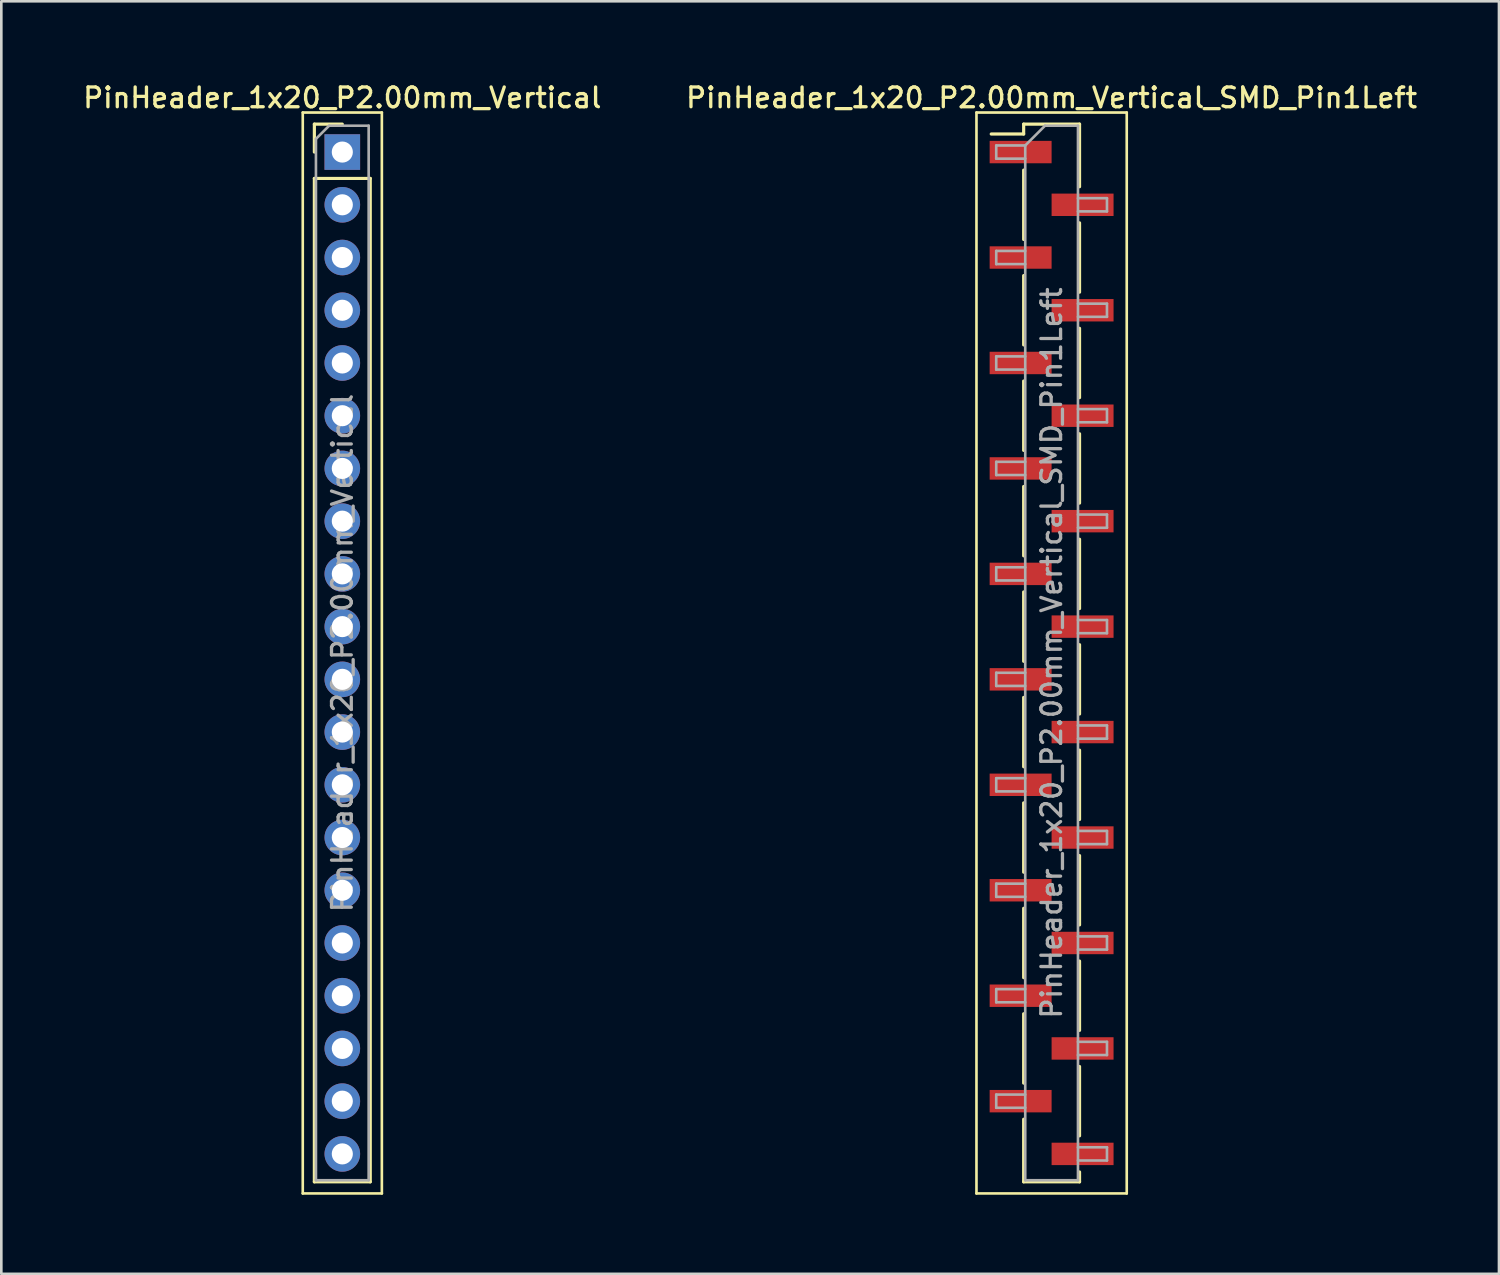
<source format=kicad_pcb>
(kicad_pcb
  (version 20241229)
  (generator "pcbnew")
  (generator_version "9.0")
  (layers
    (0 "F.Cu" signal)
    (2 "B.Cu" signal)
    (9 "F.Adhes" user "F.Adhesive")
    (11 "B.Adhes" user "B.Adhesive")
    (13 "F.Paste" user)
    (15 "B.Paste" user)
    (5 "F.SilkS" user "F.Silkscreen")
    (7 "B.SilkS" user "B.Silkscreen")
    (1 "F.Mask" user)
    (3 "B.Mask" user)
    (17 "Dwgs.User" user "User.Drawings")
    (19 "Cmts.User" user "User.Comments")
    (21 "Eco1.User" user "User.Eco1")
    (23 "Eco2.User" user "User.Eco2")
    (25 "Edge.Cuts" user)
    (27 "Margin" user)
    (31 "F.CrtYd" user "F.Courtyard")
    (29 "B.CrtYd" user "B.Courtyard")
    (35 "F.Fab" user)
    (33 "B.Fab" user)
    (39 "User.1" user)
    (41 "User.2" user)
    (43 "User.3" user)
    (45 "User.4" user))
  (footprint "PinHeader_1x20_P2.00mm_Vertical"
    (layer "F.Cu")
    (at 9.934 2.718)
    (property "Reference" "PinHeader_1x20_P2.00mm_Vertical" (at 0 -2.06 0) (layer "F.SilkS") (effects (font (size 0.75 0.75) (thickness 0.125))))
    (attr through_hole)
    (fp_line (start -1.5 -1.5) (end -1.5 39.5) (stroke (width 0.1) (type solid)) (layer "F.SilkS"))
    (fp_line (start -1.5 39.5) (end 1.5 39.5) (stroke (width 0.1) (type solid)) (layer "F.SilkS"))
    (fp_line (start -1.06 -1.06) (end 0 -1.06) (stroke (width 0.12) (type solid)) (layer "F.SilkS"))
    (fp_line (start -1.06 0) (end -1.06 -1.06) (stroke (width 0.12) (type solid)) (layer "F.SilkS"))
    (fp_line (start -1.06 1) (end -1.06 39.06) (stroke (width 0.12) (type solid)) (layer "F.SilkS"))
    (fp_line (start -1.06 1) (end 1.06 1) (stroke (width 0.12) (type solid)) (layer "F.SilkS"))
    (fp_line (start -1.06 39.06) (end 1.06 39.06) (stroke (width 0.12) (type solid)) (layer "F.SilkS"))
    (fp_line (start 1.06 1) (end 1.06 39.06) (stroke (width 0.12) (type solid)) (layer "F.SilkS"))
    (fp_line (start 1.5 -1.5) (end -1.5 -1.5) (stroke (width 0.1) (type solid)) (layer "F.SilkS"))
    (fp_line (start 1.5 39.5) (end 1.5 -1.5) (stroke (width 0.1) (type solid)) (layer "F.SilkS"))
    (fp_line (start -1 -0.5) (end -0.5 -1) (stroke (width 0.1) (type solid)) (layer "F.Fab"))
    (fp_line (start -1 39) (end -1 -0.5) (stroke (width 0.1) (type solid)) (layer "F.Fab"))
    (fp_line (start -0.5 -1) (end 1 -1) (stroke (width 0.1) (type solid)) (layer "F.Fab"))
    (fp_line (start 1 -1) (end 1 39) (stroke (width 0.1) (type solid)) (layer "F.Fab"))
    (fp_line (start 1 39) (end -1 39) (stroke (width 0.1) (type solid)) (layer "F.Fab"))
    (fp_text user "${REFERENCE}" (at 0 19 90) (layer "F.Fab") (effects (font (size 0.75 0.75) (thickness 0.125))))
    (pad "1" thru_hole rect (at 0 0) (size 1.35 1.35) (drill 0.8) (layers "*.Cu" "*.Mask"))
    (pad "2" thru_hole oval (at 0 2) (size 1.35 1.35) (drill 0.8) (layers "*.Cu" "*.Mask"))
    (pad "3" thru_hole oval (at 0 4) (size 1.35 1.35) (drill 0.8) (layers "*.Cu" "*.Mask"))
    (pad "4" thru_hole oval (at 0 6) (size 1.35 1.35) (drill 0.8) (layers "*.Cu" "*.Mask"))
    (pad "5" thru_hole oval (at 0 8) (size 1.35 1.35) (drill 0.8) (layers "*.Cu" "*.Mask"))
    (pad "6" thru_hole oval (at 0 10) (size 1.35 1.35) (drill 0.8) (layers "*.Cu" "*.Mask"))
    (pad "7" thru_hole oval (at 0 12) (size 1.35 1.35) (drill 0.8) (layers "*.Cu" "*.Mask"))
    (pad "8" thru_hole oval (at 0 14) (size 1.35 1.35) (drill 0.8) (layers "*.Cu" "*.Mask"))
    (pad "9" thru_hole oval (at 0 16) (size 1.35 1.35) (drill 0.8) (layers "*.Cu" "*.Mask"))
    (pad "10" thru_hole oval (at 0 18) (size 1.35 1.35) (drill 0.8) (layers "*.Cu" "*.Mask"))
    (pad "11" thru_hole oval (at 0 20) (size 1.35 1.35) (drill 0.8) (layers "*.Cu" "*.Mask"))
    (pad "12" thru_hole oval (at 0 22) (size 1.35 1.35) (drill 0.8) (layers "*.Cu" "*.Mask"))
    (pad "13" thru_hole oval (at 0 24) (size 1.35 1.35) (drill 0.8) (layers "*.Cu" "*.Mask"))
    (pad "14" thru_hole oval (at 0 26) (size 1.35 1.35) (drill 0.8) (layers "*.Cu" "*.Mask"))
    (pad "15" thru_hole oval (at 0 28) (size 1.35 1.35) (drill 0.8) (layers "*.Cu" "*.Mask"))
    (pad "16" thru_hole oval (at 0 30) (size 1.35 1.35) (drill 0.8) (layers "*.Cu" "*.Mask"))
    (pad "17" thru_hole oval (at 0 32) (size 1.35 1.35) (drill 0.8) (layers "*.Cu" "*.Mask"))
    (pad "18" thru_hole oval (at 0 34) (size 1.35 1.35) (drill 0.8) (layers "*.Cu" "*.Mask"))
    (pad "19" thru_hole oval (at 0 36) (size 1.35 1.35) (drill 0.8) (layers "*.Cu" "*.Mask"))
    (pad "20" thru_hole oval (at 0 38) (size 1.35 1.35) (drill 0.8) (layers "*.Cu" "*.Mask")))
  (footprint "PinHeader_1x20_P2.00mm_Vertical_SMD_Pin1Left"
    (layer "F.Cu")
    (at 36.838 21.718)
    (property "Reference" "PinHeader_1x20_P2.00mm_Vertical_SMD_Pin1Left" (at 0 -21.06 0) (layer "F.SilkS") (effects (font (size 0.75 0.75) (thickness 0.125))))
    (attr smd)
    (fp_line (start -2.85 -20.5) (end -2.85 20.5) (stroke (width 0.1) (type solid)) (layer "F.SilkS"))
    (fp_line (start -2.85 20.5) (end 2.85 20.5) (stroke (width 0.1) (type solid)) (layer "F.SilkS"))
    (fp_line (start -1.06 -20.06) (end -1.06 -19.685) (stroke (width 0.12) (type solid)) (layer "F.SilkS"))
    (fp_line (start -1.06 -20.06) (end 1.06 -20.06) (stroke (width 0.12) (type solid)) (layer "F.SilkS"))
    (fp_line (start -1.06 -19.685) (end -2.29 -19.685) (stroke (width 0.12) (type solid)) (layer "F.SilkS"))
    (fp_line (start -1.06 -18.315) (end -1.06 -15.685) (stroke (width 0.12) (type solid)) (layer "F.SilkS"))
    (fp_line (start -1.06 -14.315) (end -1.06 -11.685) (stroke (width 0.12) (type solid)) (layer "F.SilkS"))
    (fp_line (start -1.06 -10.315) (end -1.06 -7.685) (stroke (width 0.12) (type solid)) (layer "F.SilkS"))
    (fp_line (start -1.06 -6.315) (end -1.06 -3.685) (stroke (width 0.12) (type solid)) (layer "F.SilkS"))
    (fp_line (start -1.06 -2.315) (end -1.06 0.315) (stroke (width 0.12) (type solid)) (layer "F.SilkS"))
    (fp_line (start -1.06 1.685) (end -1.06 4.315) (stroke (width 0.12) (type solid)) (layer "F.SilkS"))
    (fp_line (start -1.06 5.685) (end -1.06 8.315) (stroke (width 0.12) (type solid)) (layer "F.SilkS"))
    (fp_line (start -1.06 9.685) (end -1.06 12.315) (stroke (width 0.12) (type solid)) (layer "F.SilkS"))
    (fp_line (start -1.06 13.685) (end -1.06 16.315) (stroke (width 0.12) (type solid)) (layer "F.SilkS"))
    (fp_line (start -1.06 17.685) (end -1.06 20.06) (stroke (width 0.12) (type solid)) (layer "F.SilkS"))
    (fp_line (start -1.06 20.06) (end 1.06 20.06) (stroke (width 0.12) (type solid)) (layer "F.SilkS"))
    (fp_line (start 1.06 -20.06) (end 1.06 -17.685) (stroke (width 0.12) (type solid)) (layer "F.SilkS"))
    (fp_line (start 1.06 -16.315) (end 1.06 -13.685) (stroke (width 0.12) (type solid)) (layer "F.SilkS"))
    (fp_line (start 1.06 -12.315) (end 1.06 -9.685) (stroke (width 0.12) (type solid)) (layer "F.SilkS"))
    (fp_line (start 1.06 -8.315) (end 1.06 -5.685) (stroke (width 0.12) (type solid)) (layer "F.SilkS"))
    (fp_line (start 1.06 -4.315) (end 1.06 -1.685) (stroke (width 0.12) (type solid)) (layer "F.SilkS"))
    (fp_line (start 1.06 -0.315) (end 1.06 2.315) (stroke (width 0.12) (type solid)) (layer "F.SilkS"))
    (fp_line (start 1.06 3.685) (end 1.06 6.315) (stroke (width 0.12) (type solid)) (layer "F.SilkS"))
    (fp_line (start 1.06 7.685) (end 1.06 10.315) (stroke (width 0.12) (type solid)) (layer "F.SilkS"))
    (fp_line (start 1.06 11.685) (end 1.06 14.315) (stroke (width 0.12) (type solid)) (layer "F.SilkS"))
    (fp_line (start 1.06 15.685) (end 1.06 18.315) (stroke (width 0.12) (type solid)) (layer "F.SilkS"))
    (fp_line (start 1.06 19.685) (end 1.06 20.06) (stroke (width 0.12) (type solid)) (layer "F.SilkS"))
    (fp_line (start 2.85 -20.5) (end -2.85 -20.5) (stroke (width 0.1) (type solid)) (layer "F.SilkS"))
    (fp_line (start 2.85 20.5) (end 2.85 -20.5) (stroke (width 0.1) (type solid)) (layer "F.SilkS"))
    (fp_line (start -2.1 -19.25) (end -2.1 -18.75) (stroke (width 0.1) (type solid)) (layer "F.Fab"))
    (fp_line (start -2.1 -18.75) (end -1 -18.75) (stroke (width 0.1) (type solid)) (layer "F.Fab"))
    (fp_line (start -2.1 -15.25) (end -2.1 -14.75) (stroke (width 0.1) (type solid)) (layer "F.Fab"))
    (fp_line (start -2.1 -14.75) (end -1 -14.75) (stroke (width 0.1) (type solid)) (layer "F.Fab"))
    (fp_line (start -2.1 -11.25) (end -2.1 -10.75) (stroke (width 0.1) (type solid)) (layer "F.Fab"))
    (fp_line (start -2.1 -10.75) (end -1 -10.75) (stroke (width 0.1) (type solid)) (layer "F.Fab"))
    (fp_line (start -2.1 -7.25) (end -2.1 -6.75) (stroke (width 0.1) (type solid)) (layer "F.Fab"))
    (fp_line (start -2.1 -6.75) (end -1 -6.75) (stroke (width 0.1) (type solid)) (layer "F.Fab"))
    (fp_line (start -2.1 -3.25) (end -2.1 -2.75) (stroke (width 0.1) (type solid)) (layer "F.Fab"))
    (fp_line (start -2.1 -2.75) (end -1 -2.75) (stroke (width 0.1) (type solid)) (layer "F.Fab"))
    (fp_line (start -2.1 0.75) (end -2.1 1.25) (stroke (width 0.1) (type solid)) (layer "F.Fab"))
    (fp_line (start -2.1 1.25) (end -1 1.25) (stroke (width 0.1) (type solid)) (layer "F.Fab"))
    (fp_line (start -2.1 4.75) (end -2.1 5.25) (stroke (width 0.1) (type solid)) (layer "F.Fab"))
    (fp_line (start -2.1 5.25) (end -1 5.25) (stroke (width 0.1) (type solid)) (layer "F.Fab"))
    (fp_line (start -2.1 8.75) (end -2.1 9.25) (stroke (width 0.1) (type solid)) (layer "F.Fab"))
    (fp_line (start -2.1 9.25) (end -1 9.25) (stroke (width 0.1) (type solid)) (layer "F.Fab"))
    (fp_line (start -2.1 12.75) (end -2.1 13.25) (stroke (width 0.1) (type solid)) (layer "F.Fab"))
    (fp_line (start -2.1 13.25) (end -1 13.25) (stroke (width 0.1) (type solid)) (layer "F.Fab"))
    (fp_line (start -2.1 16.75) (end -2.1 17.25) (stroke (width 0.1) (type solid)) (layer "F.Fab"))
    (fp_line (start -2.1 17.25) (end -1 17.25) (stroke (width 0.1) (type solid)) (layer "F.Fab"))
    (fp_line (start -1 -19.25) (end -2.1 -19.25) (stroke (width 0.1) (type solid)) (layer "F.Fab"))
    (fp_line (start -1 -19.25) (end -0.25 -20) (stroke (width 0.1) (type solid)) (layer "F.Fab"))
    (fp_line (start -1 -15.25) (end -2.1 -15.25) (stroke (width 0.1) (type solid)) (layer "F.Fab"))
    (fp_line (start -1 -11.25) (end -2.1 -11.25) (stroke (width 0.1) (type solid)) (layer "F.Fab"))
    (fp_line (start -1 -7.25) (end -2.1 -7.25) (stroke (width 0.1) (type solid)) (layer "F.Fab"))
    (fp_line (start -1 -3.25) (end -2.1 -3.25) (stroke (width 0.1) (type solid)) (layer "F.Fab"))
    (fp_line (start -1 0.75) (end -2.1 0.75) (stroke (width 0.1) (type solid)) (layer "F.Fab"))
    (fp_line (start -1 4.75) (end -2.1 4.75) (stroke (width 0.1) (type solid)) (layer "F.Fab"))
    (fp_line (start -1 8.75) (end -2.1 8.75) (stroke (width 0.1) (type solid)) (layer "F.Fab"))
    (fp_line (start -1 12.75) (end -2.1 12.75) (stroke (width 0.1) (type solid)) (layer "F.Fab"))
    (fp_line (start -1 16.75) (end -2.1 16.75) (stroke (width 0.1) (type solid)) (layer "F.Fab"))
    (fp_line (start -1 20) (end -1 -19.25) (stroke (width 0.1) (type solid)) (layer "F.Fab"))
    (fp_line (start -0.25 -20) (end 1 -20) (stroke (width 0.1) (type solid)) (layer "F.Fab"))
    (fp_line (start 1 -20) (end 1 20) (stroke (width 0.1) (type solid)) (layer "F.Fab"))
    (fp_line (start 1 -17.25) (end 2.1 -17.25) (stroke (width 0.1) (type solid)) (layer "F.Fab"))
    (fp_line (start 1 -13.25) (end 2.1 -13.25) (stroke (width 0.1) (type solid)) (layer "F.Fab"))
    (fp_line (start 1 -9.25) (end 2.1 -9.25) (stroke (width 0.1) (type solid)) (layer "F.Fab"))
    (fp_line (start 1 -5.25) (end 2.1 -5.25) (stroke (width 0.1) (type solid)) (layer "F.Fab"))
    (fp_line (start 1 -1.25) (end 2.1 -1.25) (stroke (width 0.1) (type solid)) (layer "F.Fab"))
    (fp_line (start 1 2.75) (end 2.1 2.75) (stroke (width 0.1) (type solid)) (layer "F.Fab"))
    (fp_line (start 1 6.75) (end 2.1 6.75) (stroke (width 0.1) (type solid)) (layer "F.Fab"))
    (fp_line (start 1 10.75) (end 2.1 10.75) (stroke (width 0.1) (type solid)) (layer "F.Fab"))
    (fp_line (start 1 14.75) (end 2.1 14.75) (stroke (width 0.1) (type solid)) (layer "F.Fab"))
    (fp_line (start 1 18.75) (end 2.1 18.75) (stroke (width 0.1) (type solid)) (layer "F.Fab"))
    (fp_line (start 1 20) (end -1 20) (stroke (width 0.1) (type solid)) (layer "F.Fab"))
    (fp_line (start 2.1 -17.25) (end 2.1 -16.75) (stroke (width 0.1) (type solid)) (layer "F.Fab"))
    (fp_line (start 2.1 -16.75) (end 1 -16.75) (stroke (width 0.1) (type solid)) (layer "F.Fab"))
    (fp_line (start 2.1 -13.25) (end 2.1 -12.75) (stroke (width 0.1) (type solid)) (layer "F.Fab"))
    (fp_line (start 2.1 -12.75) (end 1 -12.75) (stroke (width 0.1) (type solid)) (layer "F.Fab"))
    (fp_line (start 2.1 -9.25) (end 2.1 -8.75) (stroke (width 0.1) (type solid)) (layer "F.Fab"))
    (fp_line (start 2.1 -8.75) (end 1 -8.75) (stroke (width 0.1) (type solid)) (layer "F.Fab"))
    (fp_line (start 2.1 -5.25) (end 2.1 -4.75) (stroke (width 0.1) (type solid)) (layer "F.Fab"))
    (fp_line (start 2.1 -4.75) (end 1 -4.75) (stroke (width 0.1) (type solid)) (layer "F.Fab"))
    (fp_line (start 2.1 -1.25) (end 2.1 -0.75) (stroke (width 0.1) (type solid)) (layer "F.Fab"))
    (fp_line (start 2.1 -0.75) (end 1 -0.75) (stroke (width 0.1) (type solid)) (layer "F.Fab"))
    (fp_line (start 2.1 2.75) (end 2.1 3.25) (stroke (width 0.1) (type solid)) (layer "F.Fab"))
    (fp_line (start 2.1 3.25) (end 1 3.25) (stroke (width 0.1) (type solid)) (layer "F.Fab"))
    (fp_line (start 2.1 6.75) (end 2.1 7.25) (stroke (width 0.1) (type solid)) (layer "F.Fab"))
    (fp_line (start 2.1 7.25) (end 1 7.25) (stroke (width 0.1) (type solid)) (layer "F.Fab"))
    (fp_line (start 2.1 10.75) (end 2.1 11.25) (stroke (width 0.1) (type solid)) (layer "F.Fab"))
    (fp_line (start 2.1 11.25) (end 1 11.25) (stroke (width 0.1) (type solid)) (layer "F.Fab"))
    (fp_line (start 2.1 14.75) (end 2.1 15.25) (stroke (width 0.1) (type solid)) (layer "F.Fab"))
    (fp_line (start 2.1 15.25) (end 1 15.25) (stroke (width 0.1) (type solid)) (layer "F.Fab"))
    (fp_line (start 2.1 18.75) (end 2.1 19.25) (stroke (width 0.1) (type solid)) (layer "F.Fab"))
    (fp_line (start 2.1 19.25) (end 1 19.25) (stroke (width 0.1) (type solid)) (layer "F.Fab"))
    (fp_text user "${REFERENCE}" (at 0 0 90) (layer "F.Fab") (effects (font (size 0.75 0.75) (thickness 0.125))))
    (pad "1" smd rect (at -1.175 -19) (size 2.35 0.85) (layers "F.Cu" "F.Mask" "F.Paste"))
    (pad "2" smd rect (at 1.175 -17) (size 2.35 0.85) (layers "F.Cu" "F.Mask" "F.Paste"))
    (pad "3" smd rect (at -1.175 -15) (size 2.35 0.85) (layers "F.Cu" "F.Mask" "F.Paste"))
    (pad "4" smd rect (at 1.175 -13) (size 2.35 0.85) (layers "F.Cu" "F.Mask" "F.Paste"))
    (pad "5" smd rect (at -1.175 -11) (size 2.35 0.85) (layers "F.Cu" "F.Mask" "F.Paste"))
    (pad "6" smd rect (at 1.175 -9) (size 2.35 0.85) (layers "F.Cu" "F.Mask" "F.Paste"))
    (pad "7" smd rect (at -1.175 -7) (size 2.35 0.85) (layers "F.Cu" "F.Mask" "F.Paste"))
    (pad "8" smd rect (at 1.175 -5) (size 2.35 0.85) (layers "F.Cu" "F.Mask" "F.Paste"))
    (pad "9" smd rect (at -1.175 -3) (size 2.35 0.85) (layers "F.Cu" "F.Mask" "F.Paste"))
    (pad "10" smd rect (at 1.175 -1) (size 2.35 0.85) (layers "F.Cu" "F.Mask" "F.Paste"))
    (pad "11" smd rect (at -1.175 1) (size 2.35 0.85) (layers "F.Cu" "F.Mask" "F.Paste"))
    (pad "12" smd rect (at 1.175 3) (size 2.35 0.85) (layers "F.Cu" "F.Mask" "F.Paste"))
    (pad "13" smd rect (at -1.175 5) (size 2.35 0.85) (layers "F.Cu" "F.Mask" "F.Paste"))
    (pad "14" smd rect (at 1.175 7) (size 2.35 0.85) (layers "F.Cu" "F.Mask" "F.Paste"))
    (pad "15" smd rect (at -1.175 9) (size 2.35 0.85) (layers "F.Cu" "F.Mask" "F.Paste"))
    (pad "16" smd rect (at 1.175 11) (size 2.35 0.85) (layers "F.Cu" "F.Mask" "F.Paste"))
    (pad "17" smd rect (at -1.175 13) (size 2.35 0.85) (layers "F.Cu" "F.Mask" "F.Paste"))
    (pad "18" smd rect (at 1.175 15) (size 2.35 0.85) (layers "F.Cu" "F.Mask" "F.Paste"))
    (pad "19" smd rect (at -1.175 17) (size 2.35 0.85) (layers "F.Cu" "F.Mask" "F.Paste"))
    (pad "20" smd rect (at 1.175 19) (size 2.35 0.85) (layers "F.Cu" "F.Mask" "F.Paste")))
  (gr_rect
    (start -3 -3)
    (end 53.807 45.268)
    (stroke (width 0.1) (type default))
    (fill no)
    (layer "Edge.Cuts")))
</source>
